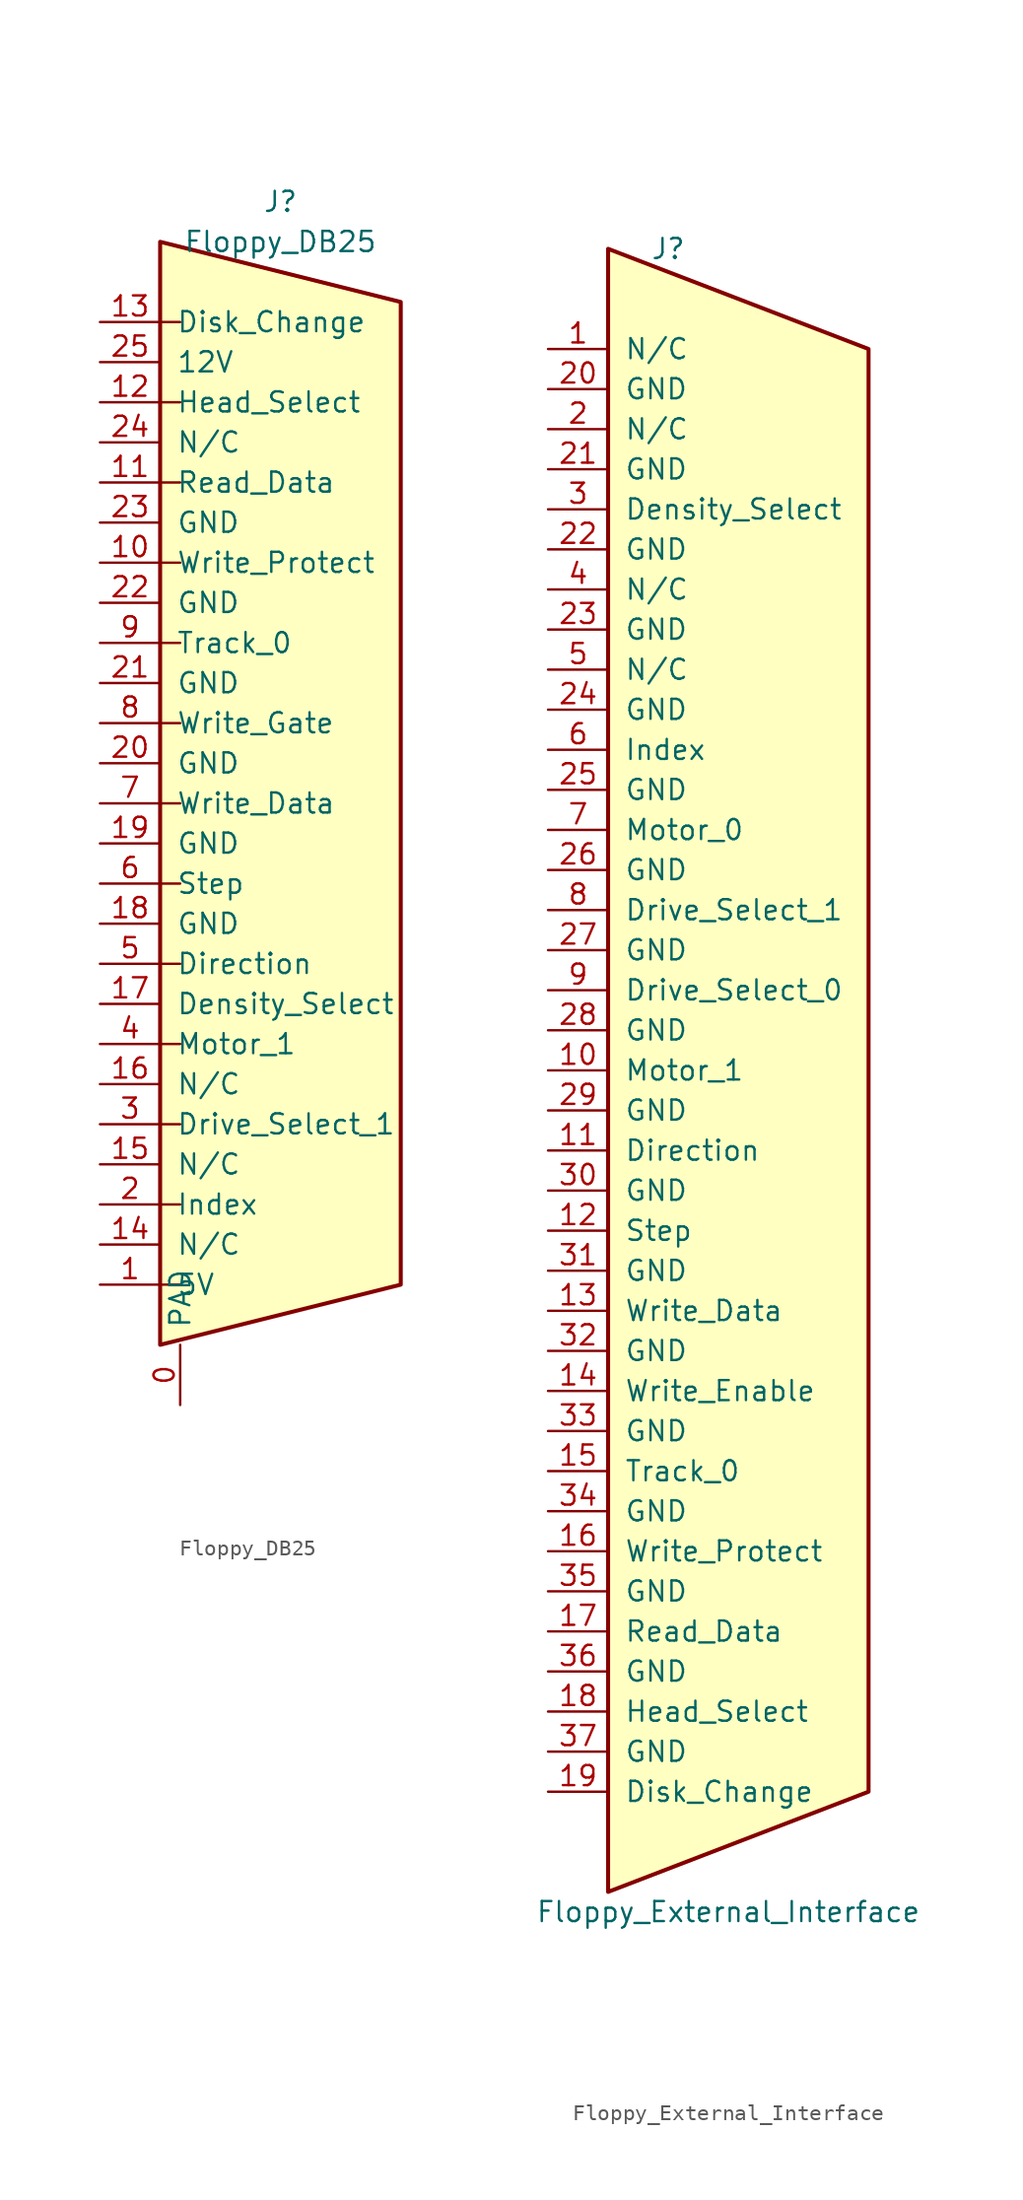
<source format=kicad_sym>
(kicad_symbol_lib
  (version 20211014)
  (generator kicad_symbol_editor)
  (symbol "Floppy_DB25"
    (pin_names
      (offset 1.016))
    (property "Reference" "J"
      (at 3.81 38.1 0)
      (effects (font (size 1.27 1.27))))
    (property "Value" "Floppy_DB25"
      (at 3.81 35.56 0)
      (effects (font (size 1.27 1.27))))
    (symbol "Floppy_DB25_0_1"
      (polyline (pts (xy -3.81 -30.48) (xy -2.54 -30.48)) (stroke (width 0) (type default) (color 0 0 0 0)) (fill (type none)))
      (polyline (pts (xy -3.81 -25.4) (xy -2.54 -25.4)) (stroke (width 0) (type default) (color 0 0 0 0)) (fill (type none)))
      (polyline (pts (xy -3.81 -20.32) (xy -2.54 -20.32)) (stroke (width 0) (type default) (color 0 0 0 0)) (fill (type none)))
      (polyline (pts (xy -3.81 -15.24) (xy -2.54 -15.24)) (stroke (width 0) (type default) (color 0 0 0 0)) (fill (type none)))
      (polyline (pts (xy -3.81 -10.16) (xy -2.54 -10.16)) (stroke (width 0) (type default) (color 0 0 0 0)) (fill (type none)))
      (polyline (pts (xy -3.81 -5.08) (xy -2.54 -5.08)) (stroke (width 0) (type default) (color 0 0 0 0)) (fill (type none)))
      (polyline (pts (xy -3.81 0) (xy -2.54 0)) (stroke (width 0) (type default) (color 0 0 0 0)) (fill (type none)))
      (polyline (pts (xy -3.81 5.08) (xy -2.54 5.08)) (stroke (width 0) (type default) (color 0 0 0 0)) (fill (type none)))
      (polyline (pts (xy -3.81 10.16) (xy -2.54 10.16)) (stroke (width 0) (type default) (color 0 0 0 0)) (fill (type none)))
      (polyline (pts (xy -3.81 15.24) (xy -2.54 15.24)) (stroke (width 0) (type default) (color 0 0 0 0)) (fill (type none)))
      (polyline (pts (xy -3.81 20.32) (xy -2.54 20.32)) (stroke (width 0) (type default) (color 0 0 0 0)) (fill (type none)))
      (polyline (pts (xy -3.81 25.4) (xy -2.54 25.4)) (stroke (width 0) (type default) (color 0 0 0 0)) (fill (type none)))
      (polyline (pts (xy -3.81 30.48) (xy -2.54 30.48)) (stroke (width 0) (type default) (color 0 0 0 0)) (fill (type none)))
      (polyline (pts (xy -3.81 -34.29) (xy 11.43 -30.48) (xy 11.43 31.75) (xy -3.81 35.56) (xy -3.81 -34.29)) (stroke (width 0.254) (type default) (color 0 0 0 0)) (fill (type background))))
    (symbol "Floppy_DB25_1_1"
      (pin passive line (at -2.54 -38.1 90) (length 3.81) (name "PAD" (effects (font (size 1.27 1.27)))) (number "0" (effects (font (size 1.27 1.27)))))
      (pin power_in line (at -7.62 -30.48 0) (length 3.81) (name "5V" (effects (font (size 1.27 1.27)))) (number "1" (effects (font (size 1.27 1.27)))))
      (pin passive line (at -7.62 15.24 0) (length 3.81) (name "Write_Protect" (effects (font (size 1.27 1.27)))) (number "10" (effects (font (size 1.27 1.27)))))
      (pin passive line (at -7.62 20.32 0) (length 3.81) (name "Read_Data" (effects (font (size 1.27 1.27)))) (number "11" (effects (font (size 1.27 1.27)))))
      (pin passive line (at -7.62 25.4 0) (length 3.81) (name "Head_Select" (effects (font (size 1.27 1.27)))) (number "12" (effects (font (size 1.27 1.27)))))
      (pin passive line (at -7.62 30.48 0) (length 3.81) (name "Disk_Change" (effects (font (size 1.27 1.27)))) (number "13" (effects (font (size 1.27 1.27)))))
      (pin passive line (at -7.62 -27.94 0) (length 3.81) (name "N/C" (effects (font (size 1.27 1.27)))) (number "14" (effects (font (size 1.27 1.27)))))
      (pin passive line (at -7.62 -22.86 0) (length 3.81) (name "N/C" (effects (font (size 1.27 1.27)))) (number "15" (effects (font (size 1.27 1.27)))))
      (pin passive line (at -7.62 -17.78 0) (length 3.81) (name "N/C" (effects (font (size 1.27 1.27)))) (number "16" (effects (font (size 1.27 1.27)))))
      (pin passive line (at -7.62 -12.7 0) (length 3.81) (name "Density_Select" (effects (font (size 1.27 1.27)))) (number "17" (effects (font (size 1.27 1.27)))))
      (pin power_in line (at -7.62 -7.62 0) (length 3.81) (name "GND" (effects (font (size 1.27 1.27)))) (number "18" (effects (font (size 1.27 1.27)))))
      (pin power_in line (at -7.62 -2.54 0) (length 3.81) (name "GND" (effects (font (size 1.27 1.27)))) (number "19" (effects (font (size 1.27 1.27)))))
      (pin passive line (at -7.62 -25.4 0) (length 3.81) (name "Index" (effects (font (size 1.27 1.27)))) (number "2" (effects (font (size 1.27 1.27)))))
      (pin power_in line (at -7.62 2.54 0) (length 3.81) (name "GND" (effects (font (size 1.27 1.27)))) (number "20" (effects (font (size 1.27 1.27)))))
      (pin power_in line (at -7.62 7.62 0) (length 3.81) (name "GND" (effects (font (size 1.27 1.27)))) (number "21" (effects (font (size 1.27 1.27)))))
      (pin power_in line (at -7.62 12.7 0) (length 3.81) (name "GND" (effects (font (size 1.27 1.27)))) (number "22" (effects (font (size 1.27 1.27)))))
      (pin power_in line (at -7.62 17.78 0) (length 3.81) (name "GND" (effects (font (size 1.27 1.27)))) (number "23" (effects (font (size 1.27 1.27)))))
      (pin passive line (at -7.62 22.86 0) (length 3.81) (name "N/C" (effects (font (size 1.27 1.27)))) (number "24" (effects (font (size 1.27 1.27)))))
      (pin power_in line (at -7.62 27.94 0) (length 3.81) (name "12V" (effects (font (size 1.27 1.27)))) (number "25" (effects (font (size 1.27 1.27)))))
      (pin passive line (at -7.62 -20.32 0) (length 3.81) (name "Drive_Select_1" (effects (font (size 1.27 1.27)))) (number "3" (effects (font (size 1.27 1.27)))))
      (pin passive line (at -7.62 -15.24 0) (length 3.81) (name "Motor_1" (effects (font (size 1.27 1.27)))) (number "4" (effects (font (size 1.27 1.27)))))
      (pin passive line (at -7.62 -10.16 0) (length 3.81) (name "Direction" (effects (font (size 1.27 1.27)))) (number "5" (effects (font (size 1.27 1.27)))))
      (pin passive line (at -7.62 -5.08 0) (length 3.81) (name "Step" (effects (font (size 1.27 1.27)))) (number "6" (effects (font (size 1.27 1.27)))))
      (pin passive line (at -7.62 0 0) (length 3.81) (name "Write_Data" (effects (font (size 1.27 1.27)))) (number "7" (effects (font (size 1.27 1.27)))))
      (pin passive line (at -7.62 5.08 0) (length 3.81) (name "Write_Gate" (effects (font (size 1.27 1.27)))) (number "8" (effects (font (size 1.27 1.27)))))
      (pin passive line (at -7.62 10.16 0) (length 3.81) (name "Track_0" (effects (font (size 1.27 1.27)))) (number "9" (effects (font (size 1.27 1.27)))))))
  (symbol "Floppy_External_Interface"
    (pin_names
      (offset 1.016))
    (property "Reference" "J"
      (at 0 52.07 0)
      (effects (font (size 1.27 1.27))))
    (property "Value" "Floppy_External_Interface"
      (at 3.81 -53.34 0)
      (effects (font (size 1.27 1.27))))
    (symbol "Floppy_External_Interface_0_1"
      (polyline (pts (xy -3.81 -52.07) (xy 12.7 -45.72) (xy 12.7 45.72) (xy -3.81 52.07) (xy -3.81 -52.07)) (stroke (width 0.254) (type default) (color 0 0 0 0)) (fill (type background))))
    (symbol "Floppy_External_Interface_1_1"
      (pin passive line (at -7.62 45.72 0) (length 3.81) (name "N/C" (effects (font (size 1.27 1.27)))) (number "1" (effects (font (size 1.27 1.27)))))
      (pin passive line (at -7.62 0 0) (length 3.81) (name "Motor_1" (effects (font (size 1.27 1.27)))) (number "10" (effects (font (size 1.27 1.27)))))
      (pin passive line (at -7.62 -5.08 0) (length 3.81) (name "Direction" (effects (font (size 1.27 1.27)))) (number "11" (effects (font (size 1.27 1.27)))))
      (pin passive line (at -7.62 -10.16 0) (length 3.81) (name "Step" (effects (font (size 1.27 1.27)))) (number "12" (effects (font (size 1.27 1.27)))))
      (pin passive line (at -7.62 -15.24 0) (length 3.81) (name "Write_Data" (effects (font (size 1.27 1.27)))) (number "13" (effects (font (size 1.27 1.27)))))
      (pin passive line (at -7.62 -20.32 0) (length 3.81) (name "Write_Enable" (effects (font (size 1.27 1.27)))) (number "14" (effects (font (size 1.27 1.27)))))
      (pin passive line (at -7.62 -25.4 0) (length 3.81) (name "Track_0" (effects (font (size 1.27 1.27)))) (number "15" (effects (font (size 1.27 1.27)))))
      (pin passive line (at -7.62 -30.48 0) (length 3.81) (name "Write_Protect" (effects (font (size 1.27 1.27)))) (number "16" (effects (font (size 1.27 1.27)))))
      (pin passive line (at -7.62 -35.56 0) (length 3.81) (name "Read_Data" (effects (font (size 1.27 1.27)))) (number "17" (effects (font (size 1.27 1.27)))))
      (pin passive line (at -7.62 -40.64 0) (length 3.81) (name "Head_Select" (effects (font (size 1.27 1.27)))) (number "18" (effects (font (size 1.27 1.27)))))
      (pin passive line (at -7.62 -45.72 0) (length 3.81) (name "Disk_Change" (effects (font (size 1.27 1.27)))) (number "19" (effects (font (size 1.27 1.27)))))
      (pin passive line (at -7.62 40.64 0) (length 3.81) (name "N/C" (effects (font (size 1.27 1.27)))) (number "2" (effects (font (size 1.27 1.27)))))
      (pin power_in line (at -7.62 43.18 0) (length 3.81) (name "GND" (effects (font (size 1.27 1.27)))) (number "20" (effects (font (size 1.27 1.27)))))
      (pin power_in line (at -7.62 38.1 0) (length 3.81) (name "GND" (effects (font (size 1.27 1.27)))) (number "21" (effects (font (size 1.27 1.27)))))
      (pin power_in line (at -7.62 33.02 0) (length 3.81) (name "GND" (effects (font (size 1.27 1.27)))) (number "22" (effects (font (size 1.27 1.27)))))
      (pin power_in line (at -7.62 27.94 0) (length 3.81) (name "GND" (effects (font (size 1.27 1.27)))) (number "23" (effects (font (size 1.27 1.27)))))
      (pin power_in line (at -7.62 22.86 0) (length 3.81) (name "GND" (effects (font (size 1.27 1.27)))) (number "24" (effects (font (size 1.27 1.27)))))
      (pin power_in line (at -7.62 17.78 0) (length 3.81) (name "GND" (effects (font (size 1.27 1.27)))) (number "25" (effects (font (size 1.27 1.27)))))
      (pin power_in line (at -7.62 12.7 0) (length 3.81) (name "GND" (effects (font (size 1.27 1.27)))) (number "26" (effects (font (size 1.27 1.27)))))
      (pin power_in line (at -7.62 7.62 0) (length 3.81) (name "GND" (effects (font (size 1.27 1.27)))) (number "27" (effects (font (size 1.27 1.27)))))
      (pin power_in line (at -7.62 2.54 0) (length 3.81) (name "GND" (effects (font (size 1.27 1.27)))) (number "28" (effects (font (size 1.27 1.27)))))
      (pin power_in line (at -7.62 -2.54 0) (length 3.81) (name "GND" (effects (font (size 1.27 1.27)))) (number "29" (effects (font (size 1.27 1.27)))))
      (pin passive line (at -7.62 35.56 0) (length 3.81) (name "Density_Select" (effects (font (size 1.27 1.27)))) (number "3" (effects (font (size 1.27 1.27)))))
      (pin power_in line (at -7.62 -7.62 0) (length 3.81) (name "GND" (effects (font (size 1.27 1.27)))) (number "30" (effects (font (size 1.27 1.27)))))
      (pin power_in line (at -7.62 -12.7 0) (length 3.81) (name "GND" (effects (font (size 1.27 1.27)))) (number "31" (effects (font (size 1.27 1.27)))))
      (pin power_in line (at -7.62 -17.78 0) (length 3.81) (name "GND" (effects (font (size 1.27 1.27)))) (number "32" (effects (font (size 1.27 1.27)))))
      (pin power_in line (at -7.62 -22.86 0) (length 3.81) (name "GND" (effects (font (size 1.27 1.27)))) (number "33" (effects (font (size 1.27 1.27)))))
      (pin power_in line (at -7.62 -27.94 0) (length 3.81) (name "GND" (effects (font (size 1.27 1.27)))) (number "34" (effects (font (size 1.27 1.27)))))
      (pin power_in line (at -7.62 -33.02 0) (length 3.81) (name "GND" (effects (font (size 1.27 1.27)))) (number "35" (effects (font (size 1.27 1.27)))))
      (pin power_in line (at -7.62 -38.1 0) (length 3.81) (name "GND" (effects (font (size 1.27 1.27)))) (number "36" (effects (font (size 1.27 1.27)))))
      (pin power_in line (at -7.62 -43.18 0) (length 3.81) (name "GND" (effects (font (size 1.27 1.27)))) (number "37" (effects (font (size 1.27 1.27)))))
      (pin passive line (at -7.62 30.48 0) (length 3.81) (name "N/C" (effects (font (size 1.27 1.27)))) (number "4" (effects (font (size 1.27 1.27)))))
      (pin passive line (at -7.62 25.4 0) (length 3.81) (name "N/C" (effects (font (size 1.27 1.27)))) (number "5" (effects (font (size 1.27 1.27)))))
      (pin passive line (at -7.62 20.32 0) (length 3.81) (name "Index" (effects (font (size 1.27 1.27)))) (number "6" (effects (font (size 1.27 1.27)))))
      (pin passive line (at -7.62 15.24 0) (length 3.81) (name "Motor_0" (effects (font (size 1.27 1.27)))) (number "7" (effects (font (size 1.27 1.27)))))
      (pin passive line (at -7.62 10.16 0) (length 3.81) (name "Drive_Select_1" (effects (font (size 1.27 1.27)))) (number "8" (effects (font (size 1.27 1.27)))))
      (pin passive line (at -7.62 5.08 0) (length 3.81) (name "Drive_Select_0" (effects (font (size 1.27 1.27)))) (number "9" (effects (font (size 1.27 1.27))))))))
</source>
